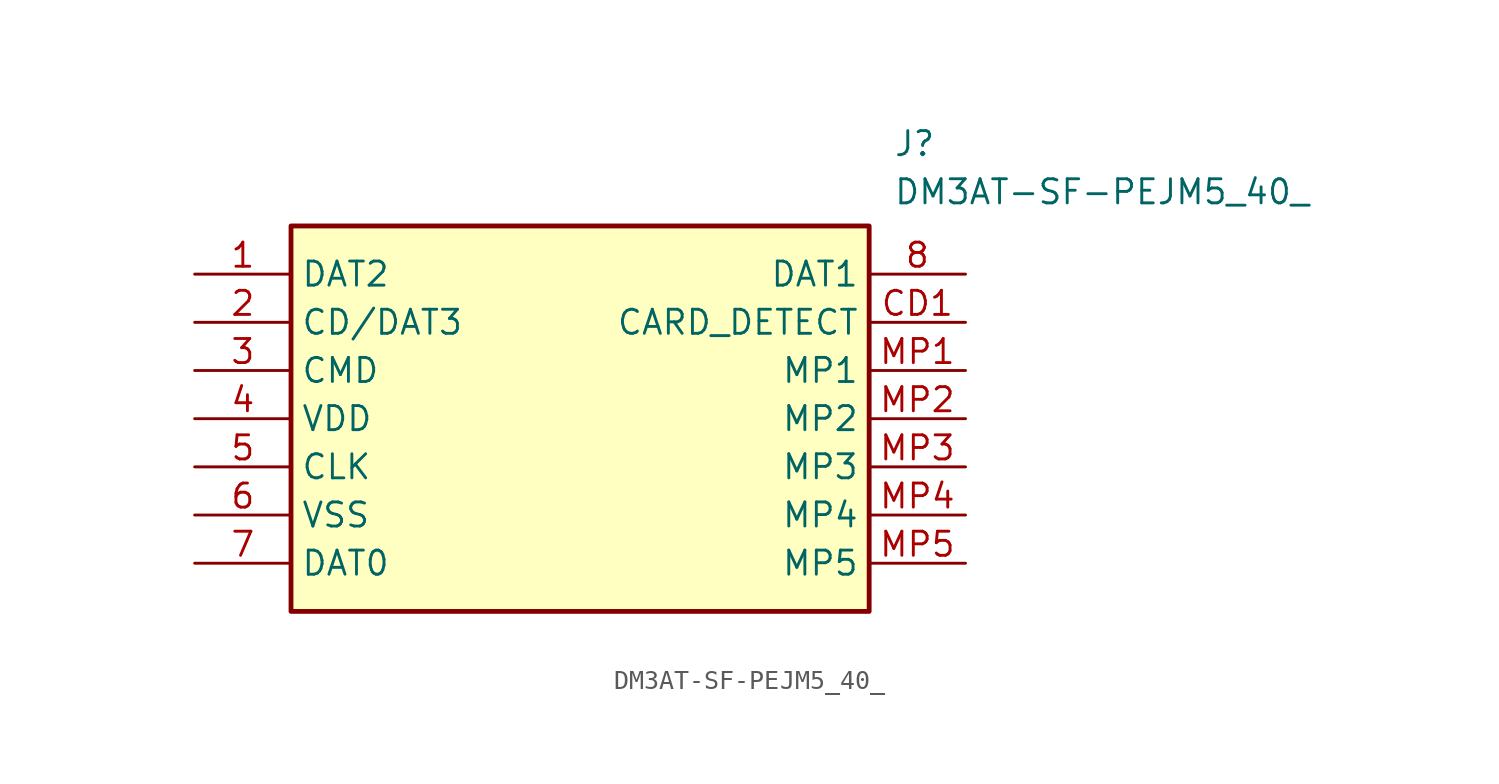
<source format=kicad_sym>
(kicad_symbol_lib
  (version 20211014)
  (generator SamacSys_ECAD_Model)
  (symbol "DM3AT-SF-PEJM5_40_"
    (property "Reference" "J"
      (at 36.83 7.62 0)
      (effects (font (size 1.27 1.27)) (justify left top)))
    (property "Value" "DM3AT-SF-PEJM5_40_"
      (at 36.83 5.08 0)
      (effects (font (size 1.27 1.27)) (justify left top)))
    (rectangle
      (start 5.08 2.54)
      (end 35.56 -17.78)
      (stroke (width 0.254) (type default))
      (fill (type background)))
    (pin passive line
      (at 0 0 0)
      (length 5.08)
      (name "DAT2" (effects (font (size 1.27 1.27))))
      (number "1" (effects (font (size 1.27 1.27)))))
    (pin passive line
      (at 0 -2.54 0)
      (length 5.08)
      (name "CD/DAT3" (effects (font (size 1.27 1.27))))
      (number "2" (effects (font (size 1.27 1.27)))))
    (pin passive line
      (at 0 -5.08 0)
      (length 5.08)
      (name "CMD" (effects (font (size 1.27 1.27))))
      (number "3" (effects (font (size 1.27 1.27)))))
    (pin passive line
      (at 0 -7.62 0)
      (length 5.08)
      (name "VDD" (effects (font (size 1.27 1.27))))
      (number "4" (effects (font (size 1.27 1.27)))))
    (pin passive line
      (at 0 -10.16 0)
      (length 5.08)
      (name "CLK" (effects (font (size 1.27 1.27))))
      (number "5" (effects (font (size 1.27 1.27)))))
    (pin passive line
      (at 0 -12.7 0)
      (length 5.08)
      (name "VSS" (effects (font (size 1.27 1.27))))
      (number "6" (effects (font (size 1.27 1.27)))))
    (pin passive line
      (at 0 -15.24 0)
      (length 5.08)
      (name "DAT0" (effects (font (size 1.27 1.27))))
      (number "7" (effects (font (size 1.27 1.27)))))
    (pin passive line
      (at 40.64 0 180)
      (length 5.08)
      (name "DAT1" (effects (font (size 1.27 1.27))))
      (number "8" (effects (font (size 1.27 1.27)))))
    (pin passive line
      (at 40.64 -2.54 180)
      (length 5.08)
      (name "CARD_DETECT" (effects (font (size 1.27 1.27))))
      (number "CD1" (effects (font (size 1.27 1.27)))))
    (pin passive line
      (at 40.64 -5.08 180)
      (length 5.08)
      (name "MP1" (effects (font (size 1.27 1.27))))
      (number "MP1" (effects (font (size 1.27 1.27)))))
    (pin passive line
      (at 40.64 -7.62 180)
      (length 5.08)
      (name "MP2" (effects (font (size 1.27 1.27))))
      (number "MP2" (effects (font (size 1.27 1.27)))))
    (pin passive line
      (at 40.64 -10.16 180)
      (length 5.08)
      (name "MP3" (effects (font (size 1.27 1.27))))
      (number "MP3" (effects (font (size 1.27 1.27)))))
    (pin passive line
      (at 40.64 -12.7 180)
      (length 5.08)
      (name "MP4" (effects (font (size 1.27 1.27))))
      (number "MP4" (effects (font (size 1.27 1.27)))))
    (pin passive line
      (at 40.64 -15.24 180)
      (length 5.08)
      (name "MP5" (effects (font (size 1.27 1.27))))
      (number "MP5" (effects (font (size 1.27 1.27)))))))
</source>
